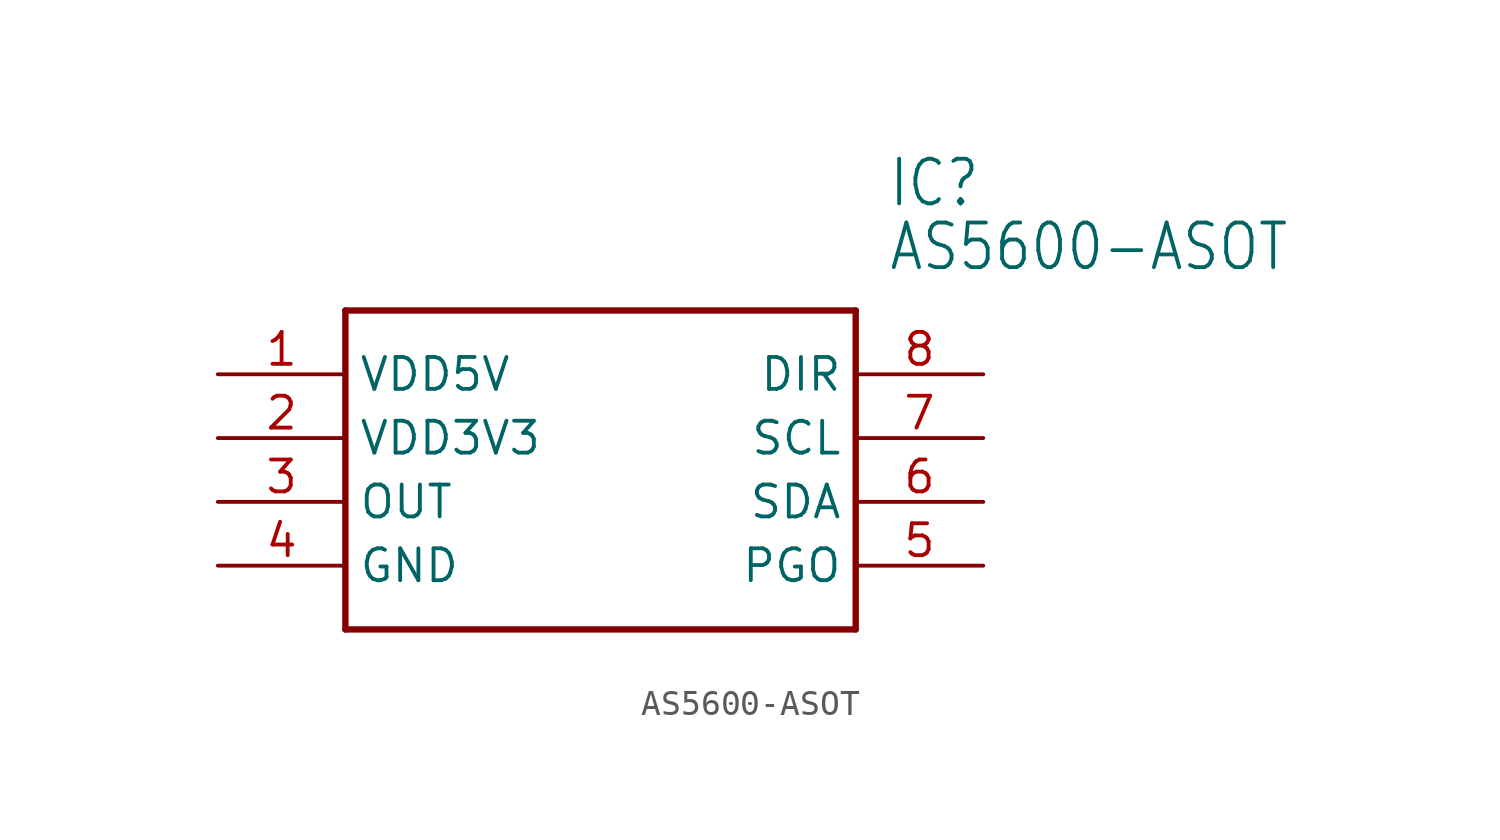
<source format=kicad_sym>
(kicad_symbol_lib
  (version 20211014)
  (generator kicad_symbol_editor)
  (symbol "AS5600-ASOT"
    (property "Reference" "IC"
      (at 11.43 10.16 0)
      (effects (font (size 1.778 1.511)) (justify left)))
    (property "Value" "AS5600-ASOT"
      (at 11.43 7.62 0)
      (effects (font (size 1.778 1.511)) (justify left)))
    (property "ki_locked" ""
      (at 0 0 0)
      (effects (font (size 1.27 1.27))))
    (symbol "AS5600-ASOT_1_0"
      (polyline (pts (xy -10.16 5.08) (xy -10.16 -7.62)) (stroke (width 0.254) (type default) (color 0 0 0 0)) (fill (type none)))
      (polyline (pts (xy -10.16 5.08) (xy 10.16 5.08)) (stroke (width 0.254) (type default) (color 0 0 0 0)) (fill (type none)))
      (polyline (pts (xy 10.16 -7.62) (xy -10.16 -7.62)) (stroke (width 0.254) (type default) (color 0 0 0 0)) (fill (type none)))
      (polyline (pts (xy 10.16 -7.62) (xy 10.16 5.08)) (stroke (width 0.254) (type default) (color 0 0 0 0)) (fill (type none)))
      (pin bidirectional line (at -15.24 2.54 0) (length 5.08) (name "VDD5V" (effects (font (size 1.27 1.27)))) (number "1" (effects (font (size 1.27 1.27)))))
      (pin bidirectional line (at -15.24 0 0) (length 5.08) (name "VDD3V3" (effects (font (size 1.27 1.27)))) (number "2" (effects (font (size 1.27 1.27)))))
      (pin bidirectional line (at -15.24 -2.54 0) (length 5.08) (name "OUT" (effects (font (size 1.27 1.27)))) (number "3" (effects (font (size 1.27 1.27)))))
      (pin bidirectional line (at -15.24 -5.08 0) (length 5.08) (name "GND" (effects (font (size 1.27 1.27)))) (number "4" (effects (font (size 1.27 1.27)))))
      (pin bidirectional line (at 15.24 -5.08 180) (length 5.08) (name "PGO" (effects (font (size 1.27 1.27)))) (number "5" (effects (font (size 1.27 1.27)))))
      (pin bidirectional line (at 15.24 -2.54 180) (length 5.08) (name "SDA" (effects (font (size 1.27 1.27)))) (number "6" (effects (font (size 1.27 1.27)))))
      (pin bidirectional line (at 15.24 0 180) (length 5.08) (name "SCL" (effects (font (size 1.27 1.27)))) (number "7" (effects (font (size 1.27 1.27)))))
      (pin bidirectional line (at 15.24 2.54 180) (length 5.08) (name "DIR" (effects (font (size 1.27 1.27)))) (number "8" (effects (font (size 1.27 1.27))))))))
</source>
